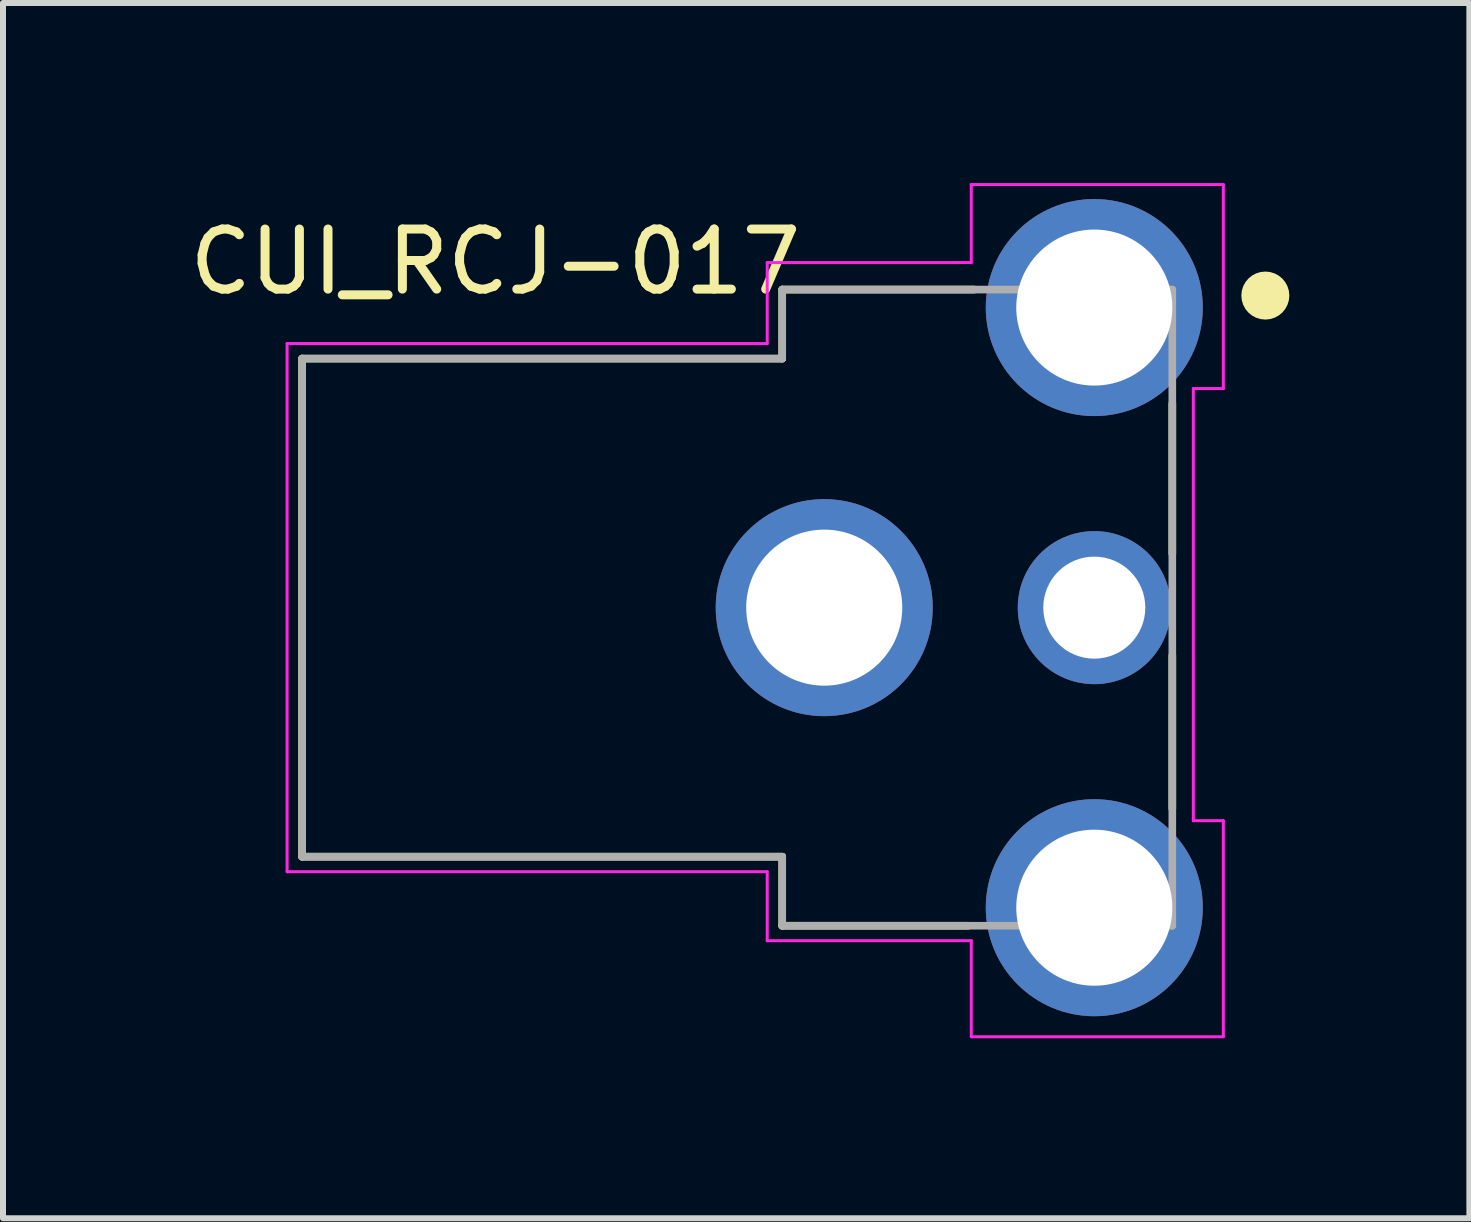
<source format=kicad_pcb>
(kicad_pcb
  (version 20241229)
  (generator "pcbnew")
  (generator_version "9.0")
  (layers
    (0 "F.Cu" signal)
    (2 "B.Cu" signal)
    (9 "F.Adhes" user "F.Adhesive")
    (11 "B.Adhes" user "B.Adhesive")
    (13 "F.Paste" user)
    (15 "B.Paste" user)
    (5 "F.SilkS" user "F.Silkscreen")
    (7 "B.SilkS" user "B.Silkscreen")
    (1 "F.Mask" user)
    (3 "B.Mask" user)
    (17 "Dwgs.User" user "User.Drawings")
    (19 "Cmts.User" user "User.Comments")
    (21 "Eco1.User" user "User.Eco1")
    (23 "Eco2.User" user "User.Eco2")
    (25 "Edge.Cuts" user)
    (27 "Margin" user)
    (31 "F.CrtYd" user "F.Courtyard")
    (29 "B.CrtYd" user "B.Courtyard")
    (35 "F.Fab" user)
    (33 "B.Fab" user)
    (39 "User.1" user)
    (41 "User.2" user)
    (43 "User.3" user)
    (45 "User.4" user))
  (footprint "CUI_RCJ-017"
    (layer "F.Cu")
    (at 9.234 7.075)
    (property "Reference" "CUI_RCJ-017" (at -4.03 -5.763 0) (layer "F.SilkS") (effects (font (size 1.001 1.001) (thickness 0.15))))
    (attr through_hole)
    (fp_line (start -7.25 -4.15) (end -7.25 4.15) (stroke (width 0.127) (type solid)) (layer "F.SilkS"))
    (fp_line (start -7.25 4.15) (end 0.75 4.15) (stroke (width 0.127) (type solid)) (layer "F.SilkS"))
    (fp_line (start 0.75 -5.3) (end 0.75 -4.15) (stroke (width 0.127) (type solid)) (layer "F.SilkS"))
    (fp_line (start 0.75 -4.15) (end -7.25 -4.15) (stroke (width 0.127) (type solid)) (layer "F.SilkS"))
    (fp_line (start 0.75 4.15) (end 0.75 5.3) (stroke (width 0.127) (type solid)) (layer "F.SilkS"))
    (fp_line (start 0.75 5.3) (end 3.85 5.3) (stroke (width 0.127) (type solid)) (layer "F.SilkS"))
    (fp_line (start 3.95 -5.3) (end 0.75 -5.3) (stroke (width 0.127) (type solid)) (layer "F.SilkS"))
    (fp_line (start 7.25 -0.9) (end 7.25 -3.4) (stroke (width 0.127) (type solid)) (layer "F.SilkS"))
    (fp_line (start 7.25 3.35) (end 7.25 0.8) (stroke (width 0.127) (type solid)) (layer "F.SilkS"))
    (fp_circle (center 8.8 -5.2) (end 9 -5.2) (stroke (width 0.4) (type solid)) (fill no) (layer "F.SilkS"))
    (fp_line (start -7.5 -4.4) (end -7.5 4.4) (stroke (width 0.05) (type solid)) (layer "F.CrtYd"))
    (fp_line (start -7.5 4.4) (end 0.5 4.4) (stroke (width 0.05) (type solid)) (layer "F.CrtYd"))
    (fp_line (start 0.5 -5.75) (end 0.5 -4.4) (stroke (width 0.05) (type solid)) (layer "F.CrtYd"))
    (fp_line (start 0.5 -4.4) (end -7.5 -4.4) (stroke (width 0.05) (type solid)) (layer "F.CrtYd"))
    (fp_line (start 0.5 4.4) (end 0.5 5.55) (stroke (width 0.05) (type solid)) (layer "F.CrtYd"))
    (fp_line (start 0.5 5.55) (end 3.9 5.55) (stroke (width 0.05) (type solid)) (layer "F.CrtYd"))
    (fp_line (start 3.9 -7.05) (end 8.1 -7.05) (stroke (width 0.05) (type solid)) (layer "F.CrtYd"))
    (fp_line (start 3.9 -5.75) (end 0.5 -5.75) (stroke (width 0.05) (type solid)) (layer "F.CrtYd"))
    (fp_line (start 3.9 -5.75) (end 3.9 -7.05) (stroke (width 0.05) (type solid)) (layer "F.CrtYd"))
    (fp_line (start 3.9 7.15) (end 3.9 5.55) (stroke (width 0.05) (type solid)) (layer "F.CrtYd"))
    (fp_line (start 7.6 -3.65) (end 7.6 3.55) (stroke (width 0.05) (type solid)) (layer "F.CrtYd"))
    (fp_line (start 7.6 3.55) (end 8.1 3.55) (stroke (width 0.05) (type solid)) (layer "F.CrtYd"))
    (fp_line (start 8.1 -7.05) (end 8.1 -3.65) (stroke (width 0.05) (type solid)) (layer "F.CrtYd"))
    (fp_line (start 8.1 -3.65) (end 7.6 -3.65) (stroke (width 0.05) (type solid)) (layer "F.CrtYd"))
    (fp_line (start 8.1 7.15) (end 3.9 7.15) (stroke (width 0.05) (type solid)) (layer "F.CrtYd"))
    (fp_line (start 8.1 7.15) (end 8.1 3.55) (stroke (width 0.05) (type solid)) (layer "F.CrtYd"))
    (fp_line (start -7.25 -4.15) (end -7.25 4.15) (stroke (width 0.127) (type solid)) (layer "F.Fab"))
    (fp_line (start -7.25 4.15) (end 0.75 4.15) (stroke (width 0.127) (type solid)) (layer "F.Fab"))
    (fp_line (start 0.75 -5.3) (end 0.75 -4.15) (stroke (width 0.127) (type solid)) (layer "F.Fab"))
    (fp_line (start 0.75 -4.15) (end -7.25 -4.15) (stroke (width 0.127) (type solid)) (layer "F.Fab"))
    (fp_line (start 0.75 4.15) (end 0.75 5.3) (stroke (width 0.127) (type solid)) (layer "F.Fab"))
    (fp_line (start 0.75 5.3) (end 7.25 5.3) (stroke (width 0.127) (type solid)) (layer "F.Fab"))
    (fp_line (start 7.25 -5.3) (end 0.75 -5.3) (stroke (width 0.127) (type solid)) (layer "F.Fab"))
    (fp_line (start 7.25 5.3) (end 7.25 -5.3) (stroke (width 0.127) (type solid)) (layer "F.Fab"))
    (pad "1" thru_hole circle (at 5.95 0) (size 2.55 2.55) (drill 1.7) (layers "*.Cu" "*.Mask"))
    (pad "1A" thru_hole circle (at 5.95 -5) (size 3.616 3.616) (drill 2.6) (layers "*.Cu" "*.Mask"))
    (pad "1B" thru_hole circle (at 5.95 5) (size 3.616 3.616) (drill 2.6) (layers "*.Cu" "*.Mask"))
    (pad "1C" thru_hole circle (at 1.45 0) (size 3.616 3.616) (drill 2.6) (layers "*.Cu" "*.Mask")))
  (gr_rect
    (start -3 -3)
    (end 21.434 17.25)
    (stroke (width 0.1) (type default))
    (fill no)
    (layer "Edge.Cuts")))
</source>
